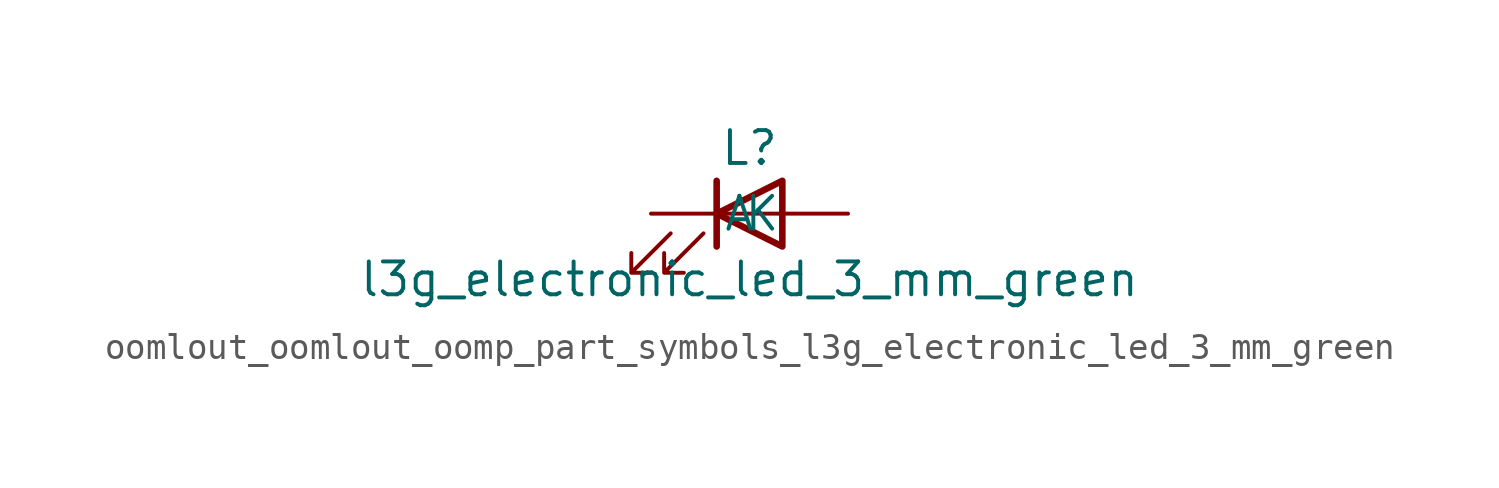
<source format=kicad_sym>
(kicad_symbol_lib
  (version 20220914)
  (generator kicad_symbol_editor)
  (symbol "oomlout_oomlout_oomp_part_symbols_l3g_electronic_led_3_mm_green"
    (pin_numbers hide)
    (pin_names
      (offset 1.016))
    (property "Reference" "L"
      (at 0 2.54 0)
      (effects (font (size 1.27 1.27))))
    (property "Value" "l3g_electronic_led_3_mm_green"
      (at 0 -2.54 0)
      (effects (font (size 1.27 1.27))))
    (symbol "oomlout_oomlout_oomp_part_symbols_l3g_electronic_led_3_mm_green_0_1"
      (polyline (pts (xy -1.27 -1.27) (xy -1.27 1.27)) (stroke (width 0.254) (type default)) (fill (type none)))
      (polyline (pts (xy -1.27 0) (xy 1.27 0)) (stroke (width 0) (type default)) (fill (type none)))
      (polyline (pts (xy 1.27 -1.27) (xy 1.27 1.27) (xy -1.27 0) (xy 1.27 -1.27)) (stroke (width 0.254) (type default)) (fill (type none)))
      (polyline (pts (xy -3.048 -0.762) (xy -4.572 -2.286) (xy -3.81 -2.286) (xy -4.572 -2.286) (xy -4.572 -1.524)) (stroke (width 0) (type default)) (fill (type none)))
      (polyline (pts (xy -1.778 -0.762) (xy -3.302 -2.286) (xy -2.54 -2.286) (xy -3.302 -2.286) (xy -3.302 -1.524)) (stroke (width 0) (type default)) (fill (type none))))
    (symbol "oomlout_oomlout_oomp_part_symbols_l3g_electronic_led_3_mm_green_1_1"
      (pin passive line (at -3.81 0 0) (length 2.54) (name "K" (effects (font (size 1.27 1.27)))) (number "1" (effects (font (size 1.27 1.27)))))
      (pin passive line (at 3.81 0 180) (length 2.54) (name "A" (effects (font (size 1.27 1.27)))) (number "2" (effects (font (size 1.27 1.27))))))))
</source>
